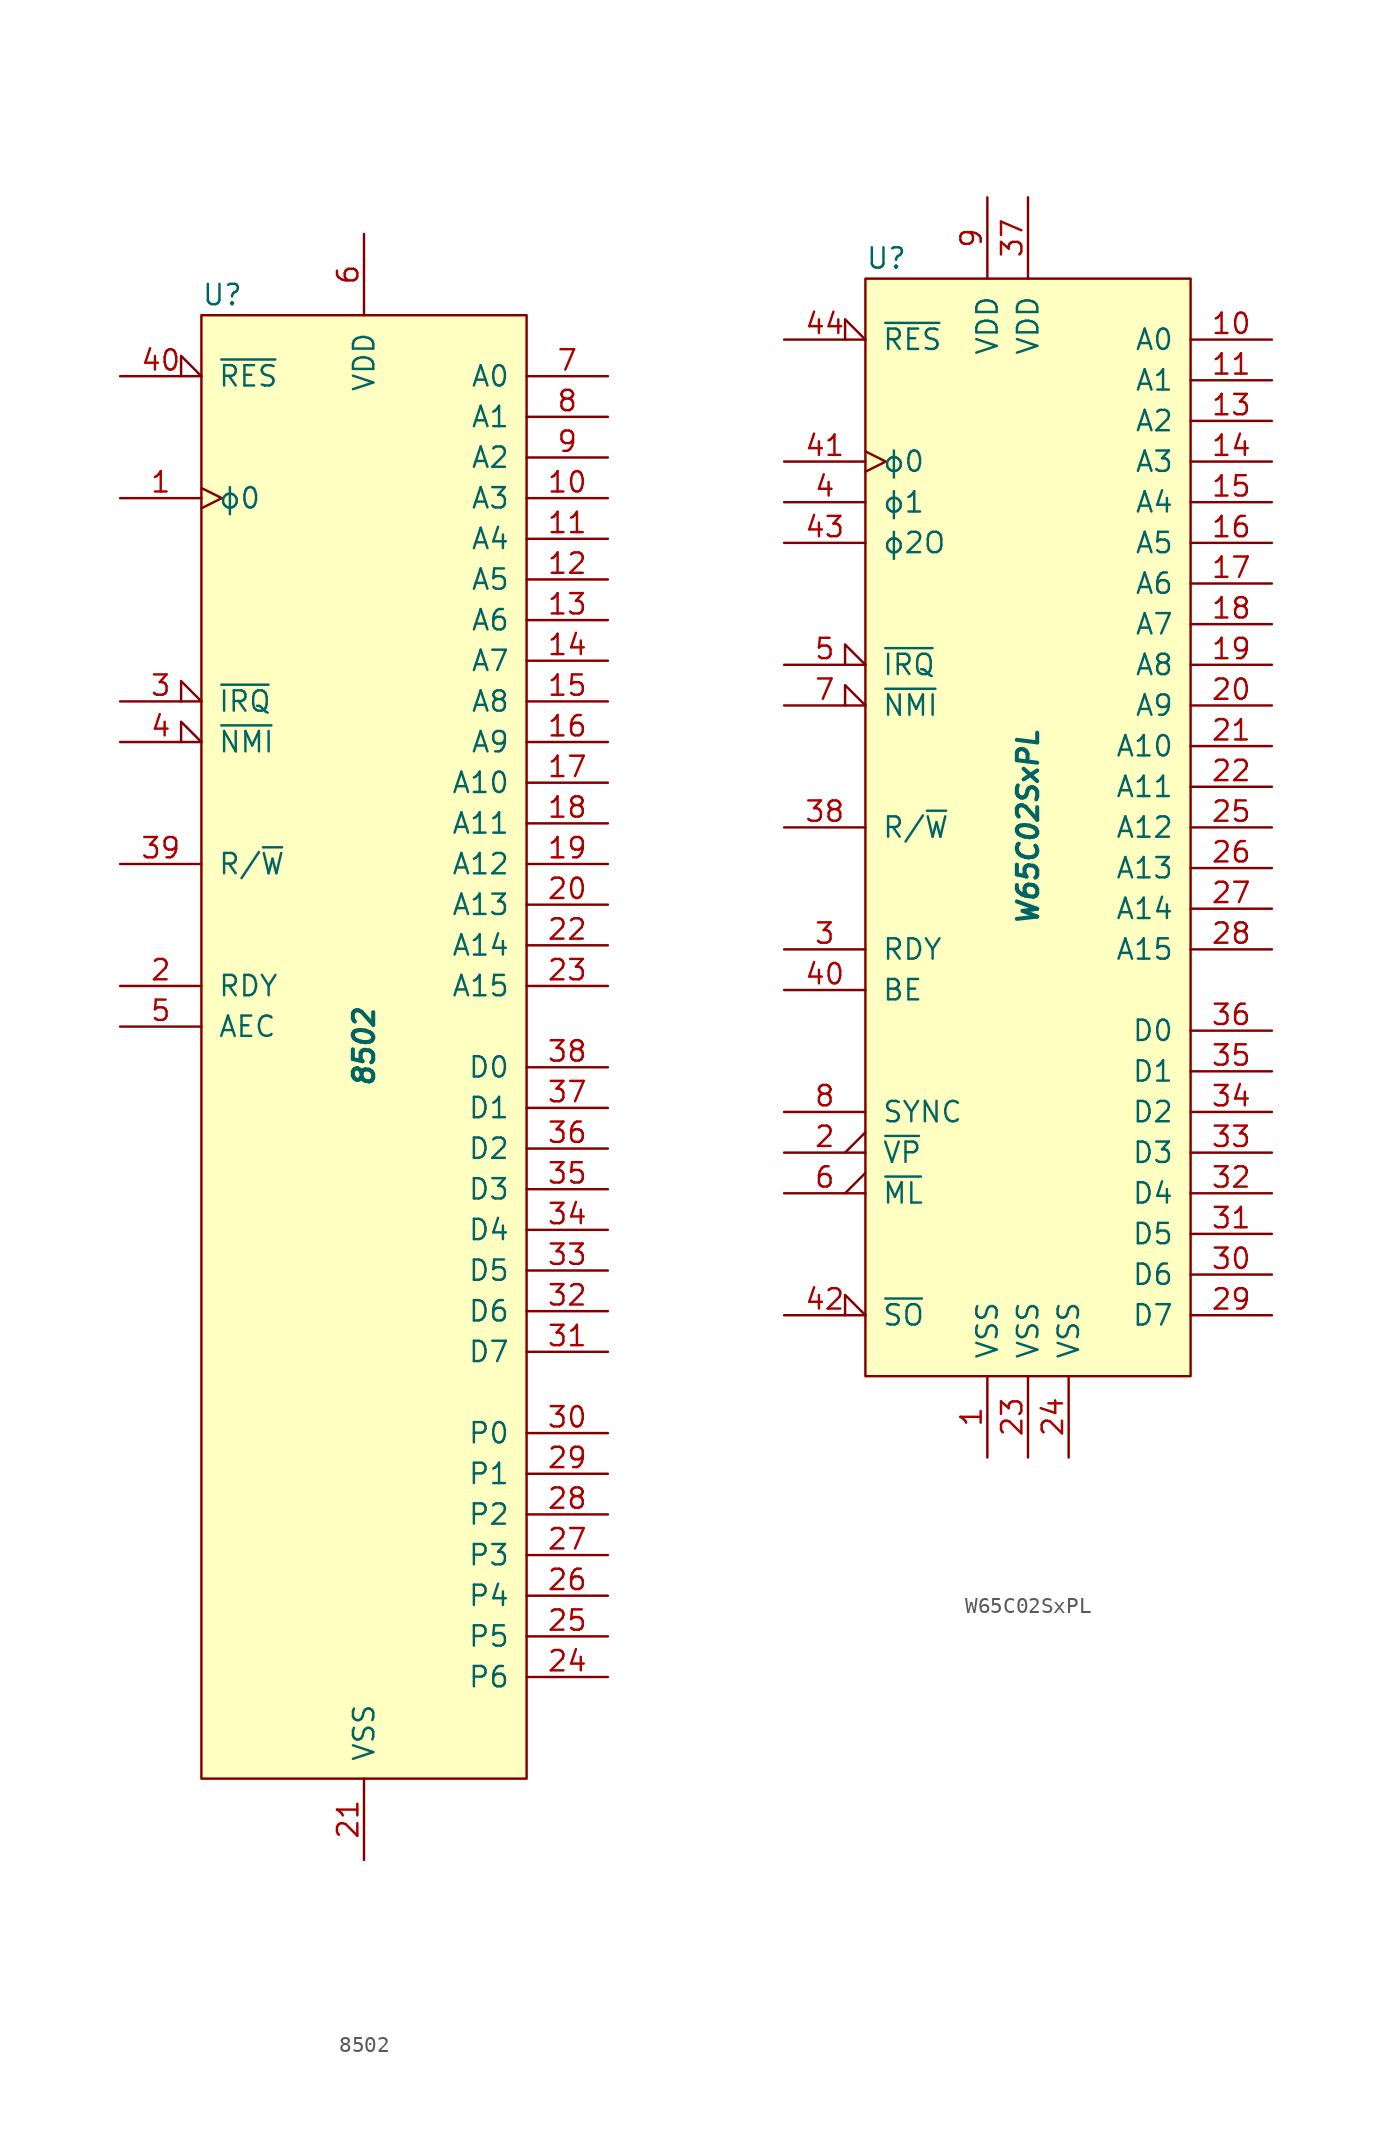
<source format=kicad_sym>
(kicad_symbol_lib
  (version 20201005)
  (generator kicad_symbol_editor)
  (symbol "8502"
    (pin_names
      (offset 1.016))
    (property "Reference" "U"
      (at -10.16 46.99 0)
      (effects (font (size 1.27 1.27)) (justify left)))
    (property "Value" "8502"
      (at 0 0 90)
      (effects (font (size 1.27 1.27) bold italic)))
    (symbol "8502_0_1"
      (rectangle (start -10.16 45.72) (end 10.16 -45.72) (stroke (width 0)) (fill (type background))))
    (symbol "8502_1_1"
      (pin input clock (at -15.24 34.29 0) (length 5.08) (name "ϕ0" (effects (font (size 1.27 1.27)))) (number "1" (effects (font (size 1.27 1.27)))))
      (pin tri_state line (at 15.24 34.29 180) (length 5.08) (name "A3" (effects (font (size 1.27 1.27)))) (number "10" (effects (font (size 1.27 1.27)))))
      (pin tri_state line (at 15.24 31.75 180) (length 5.08) (name "A4" (effects (font (size 1.27 1.27)))) (number "11" (effects (font (size 1.27 1.27)))))
      (pin tri_state line (at 15.24 29.21 180) (length 5.08) (name "A5" (effects (font (size 1.27 1.27)))) (number "12" (effects (font (size 1.27 1.27)))))
      (pin tri_state line (at 15.24 26.67 180) (length 5.08) (name "A6" (effects (font (size 1.27 1.27)))) (number "13" (effects (font (size 1.27 1.27)))))
      (pin tri_state line (at 15.24 24.13 180) (length 5.08) (name "A7" (effects (font (size 1.27 1.27)))) (number "14" (effects (font (size 1.27 1.27)))))
      (pin tri_state line (at 15.24 21.59 180) (length 5.08) (name "A8" (effects (font (size 1.27 1.27)))) (number "15" (effects (font (size 1.27 1.27)))))
      (pin tri_state line (at 15.24 19.05 180) (length 5.08) (name "A9" (effects (font (size 1.27 1.27)))) (number "16" (effects (font (size 1.27 1.27)))))
      (pin tri_state line (at 15.24 16.51 180) (length 5.08) (name "A10" (effects (font (size 1.27 1.27)))) (number "17" (effects (font (size 1.27 1.27)))))
      (pin tri_state line (at 15.24 13.97 180) (length 5.08) (name "A11" (effects (font (size 1.27 1.27)))) (number "18" (effects (font (size 1.27 1.27)))))
      (pin tri_state line (at 15.24 11.43 180) (length 5.08) (name "A12" (effects (font (size 1.27 1.27)))) (number "19" (effects (font (size 1.27 1.27)))))
      (pin input line (at -15.24 3.81 0) (length 5.08) (name "RDY" (effects (font (size 1.27 1.27)))) (number "2" (effects (font (size 1.27 1.27)))))
      (pin tri_state line (at 15.24 8.89 180) (length 5.08) (name "A13" (effects (font (size 1.27 1.27)))) (number "20" (effects (font (size 1.27 1.27)))))
      (pin power_in line (at 0 -50.8 90) (length 5.08) (name "VSS" (effects (font (size 1.27 1.27)))) (number "21" (effects (font (size 1.27 1.27)))))
      (pin tri_state line (at 15.24 6.35 180) (length 5.08) (name "A14" (effects (font (size 1.27 1.27)))) (number "22" (effects (font (size 1.27 1.27)))))
      (pin tri_state line (at 15.24 3.81 180) (length 5.08) (name "A15" (effects (font (size 1.27 1.27)))) (number "23" (effects (font (size 1.27 1.27)))))
      (pin power_in line (at 15.24 -39.37 180) (length 5.08) (name "P6" (effects (font (size 1.27 1.27)))) (number "24" (effects (font (size 1.27 1.27)))))
      (pin bidirectional line (at 15.24 -36.83 180) (length 5.08) (name "P5" (effects (font (size 1.27 1.27)))) (number "25" (effects (font (size 1.27 1.27)))))
      (pin bidirectional line (at 15.24 -34.29 180) (length 5.08) (name "P4" (effects (font (size 1.27 1.27)))) (number "26" (effects (font (size 1.27 1.27)))))
      (pin bidirectional line (at 15.24 -31.75 180) (length 5.08) (name "P3" (effects (font (size 1.27 1.27)))) (number "27" (effects (font (size 1.27 1.27)))))
      (pin bidirectional line (at 15.24 -29.21 180) (length 5.08) (name "P2" (effects (font (size 1.27 1.27)))) (number "28" (effects (font (size 1.27 1.27)))))
      (pin bidirectional line (at 15.24 -26.67 180) (length 5.08) (name "P1" (effects (font (size 1.27 1.27)))) (number "29" (effects (font (size 1.27 1.27)))))
      (pin input input_low (at -15.24 21.59 0) (length 5.08) (name "~IRQ" (effects (font (size 1.27 1.27)))) (number "3" (effects (font (size 1.27 1.27)))))
      (pin bidirectional line (at 15.24 -24.13 180) (length 5.08) (name "P0" (effects (font (size 1.27 1.27)))) (number "30" (effects (font (size 1.27 1.27)))))
      (pin bidirectional line (at 15.24 -19.05 180) (length 5.08) (name "D7" (effects (font (size 1.27 1.27)))) (number "31" (effects (font (size 1.27 1.27)))))
      (pin bidirectional line (at 15.24 -16.51 180) (length 5.08) (name "D6" (effects (font (size 1.27 1.27)))) (number "32" (effects (font (size 1.27 1.27)))))
      (pin bidirectional line (at 15.24 -13.97 180) (length 5.08) (name "D5" (effects (font (size 1.27 1.27)))) (number "33" (effects (font (size 1.27 1.27)))))
      (pin bidirectional line (at 15.24 -11.43 180) (length 5.08) (name "D4" (effects (font (size 1.27 1.27)))) (number "34" (effects (font (size 1.27 1.27)))))
      (pin bidirectional line (at 15.24 -8.89 180) (length 5.08) (name "D3" (effects (font (size 1.27 1.27)))) (number "35" (effects (font (size 1.27 1.27)))))
      (pin bidirectional line (at 15.24 -6.35 180) (length 5.08) (name "D2" (effects (font (size 1.27 1.27)))) (number "36" (effects (font (size 1.27 1.27)))))
      (pin bidirectional line (at 15.24 -3.81 180) (length 5.08) (name "D1" (effects (font (size 1.27 1.27)))) (number "37" (effects (font (size 1.27 1.27)))))
      (pin bidirectional line (at 15.24 -1.27 180) (length 5.08) (name "D0" (effects (font (size 1.27 1.27)))) (number "38" (effects (font (size 1.27 1.27)))))
      (pin tri_state line (at -15.24 11.43 0) (length 5.08) (name "R/~W" (effects (font (size 1.27 1.27)))) (number "39" (effects (font (size 1.27 1.27)))))
      (pin input input_low (at -15.24 19.05 0) (length 5.08) (name "~NMI" (effects (font (size 1.27 1.27)))) (number "4" (effects (font (size 1.27 1.27)))))
      (pin input input_low (at -15.24 41.91 0) (length 5.08) (name "~RES" (effects (font (size 1.27 1.27)))) (number "40" (effects (font (size 1.27 1.27)))))
      (pin input line (at -15.24 1.27 0) (length 5.08) (name "AEC" (effects (font (size 1.27 1.27)))) (number "5" (effects (font (size 1.27 1.27)))))
      (pin power_in line (at 0 50.8 270) (length 5.08) (name "VDD" (effects (font (size 1.27 1.27)))) (number "6" (effects (font (size 1.27 1.27)))))
      (pin tri_state line (at 15.24 41.91 180) (length 5.08) (name "A0" (effects (font (size 1.27 1.27)))) (number "7" (effects (font (size 1.27 1.27)))))
      (pin tri_state line (at 15.24 39.37 180) (length 5.08) (name "A1" (effects (font (size 1.27 1.27)))) (number "8" (effects (font (size 1.27 1.27)))))
      (pin tri_state line (at 15.24 36.83 180) (length 5.08) (name "A2" (effects (font (size 1.27 1.27)))) (number "9" (effects (font (size 1.27 1.27)))))))
  (symbol "W65C02SxPL"
    (pin_names
      (offset 1.016))
    (property "Reference" "U"
      (at -10.16 35.56 0)
      (effects (font (size 1.27 1.27)) (justify left)))
    (property "Value" "W65C02SxPL"
      (at 0 0 90)
      (effects (font (size 1.27 1.27) bold italic)))
    (symbol "W65C02SxPL_0_1"
      (rectangle (start -10.16 34.29) (end 10.16 -34.29) (stroke (width 0)) (fill (type background))))
    (symbol "W65C02SxPL_1_1"
      (pin power_in line (at -2.54 -39.37 90) (length 5.08) (name "VSS" (effects (font (size 1.27 1.27)))) (number "1" (effects (font (size 1.27 1.27)))))
      (pin tri_state line (at 15.24 30.48 180) (length 5.08) (name "A0" (effects (font (size 1.27 1.27)))) (number "10" (effects (font (size 1.27 1.27)))))
      (pin tri_state line (at 15.24 27.94 180) (length 5.08) (name "A1" (effects (font (size 1.27 1.27)))) (number "11" (effects (font (size 1.27 1.27)))))
      (pin unconnected non_logic (at -10.16 -25.4 0) (length 2.54) hide (name "nc" (effects (font (size 1.27 1.27)))) (number "12" (effects (font (size 1.27 1.27)))))
      (pin tri_state line (at 15.24 25.4 180) (length 5.08) (name "A2" (effects (font (size 1.27 1.27)))) (number "13" (effects (font (size 1.27 1.27)))))
      (pin tri_state line (at 15.24 22.86 180) (length 5.08) (name "A3" (effects (font (size 1.27 1.27)))) (number "14" (effects (font (size 1.27 1.27)))))
      (pin tri_state line (at 15.24 20.32 180) (length 5.08) (name "A4" (effects (font (size 1.27 1.27)))) (number "15" (effects (font (size 1.27 1.27)))))
      (pin tri_state line (at 15.24 17.78 180) (length 5.08) (name "A5" (effects (font (size 1.27 1.27)))) (number "16" (effects (font (size 1.27 1.27)))))
      (pin tri_state line (at 15.24 15.24 180) (length 5.08) (name "A6" (effects (font (size 1.27 1.27)))) (number "17" (effects (font (size 1.27 1.27)))))
      (pin tri_state line (at 15.24 12.7 180) (length 5.08) (name "A7" (effects (font (size 1.27 1.27)))) (number "18" (effects (font (size 1.27 1.27)))))
      (pin tri_state line (at 15.24 10.16 180) (length 5.08) (name "A8" (effects (font (size 1.27 1.27)))) (number "19" (effects (font (size 1.27 1.27)))))
      (pin output output_low (at -15.24 -20.32 0) (length 5.08) (name "~VP" (effects (font (size 1.27 1.27)))) (number "2" (effects (font (size 1.27 1.27)))))
      (pin tri_state line (at 15.24 7.62 180) (length 5.08) (name "A9" (effects (font (size 1.27 1.27)))) (number "20" (effects (font (size 1.27 1.27)))))
      (pin tri_state line (at 15.24 5.08 180) (length 5.08) (name "A10" (effects (font (size 1.27 1.27)))) (number "21" (effects (font (size 1.27 1.27)))))
      (pin tri_state line (at 15.24 2.54 180) (length 5.08) (name "A11" (effects (font (size 1.27 1.27)))) (number "22" (effects (font (size 1.27 1.27)))))
      (pin power_in line (at 0 -39.37 90) (length 5.08) (name "VSS" (effects (font (size 1.27 1.27)))) (number "23" (effects (font (size 1.27 1.27)))))
      (pin power_in line (at 2.54 -39.37 90) (length 5.08) (name "VSS" (effects (font (size 1.27 1.27)))) (number "24" (effects (font (size 1.27 1.27)))))
      (pin tri_state line (at 15.24 0 180) (length 5.08) (name "A12" (effects (font (size 1.27 1.27)))) (number "25" (effects (font (size 1.27 1.27)))))
      (pin tri_state line (at 15.24 -2.54 180) (length 5.08) (name "A13" (effects (font (size 1.27 1.27)))) (number "26" (effects (font (size 1.27 1.27)))))
      (pin tri_state line (at 15.24 -5.08 180) (length 5.08) (name "A14" (effects (font (size 1.27 1.27)))) (number "27" (effects (font (size 1.27 1.27)))))
      (pin tri_state line (at 15.24 -7.62 180) (length 5.08) (name "A15" (effects (font (size 1.27 1.27)))) (number "28" (effects (font (size 1.27 1.27)))))
      (pin bidirectional line (at 15.24 -30.48 180) (length 5.08) (name "D7" (effects (font (size 1.27 1.27)))) (number "29" (effects (font (size 1.27 1.27)))))
      (pin open_collector line (at -15.24 -7.62 0) (length 5.08) (name "RDY" (effects (font (size 1.27 1.27)))) (number "3" (effects (font (size 1.27 1.27)))))
      (pin bidirectional line (at 15.24 -27.94 180) (length 5.08) (name "D6" (effects (font (size 1.27 1.27)))) (number "30" (effects (font (size 1.27 1.27)))))
      (pin bidirectional line (at 15.24 -25.4 180) (length 5.08) (name "D5" (effects (font (size 1.27 1.27)))) (number "31" (effects (font (size 1.27 1.27)))))
      (pin bidirectional line (at 15.24 -22.86 180) (length 5.08) (name "D4" (effects (font (size 1.27 1.27)))) (number "32" (effects (font (size 1.27 1.27)))))
      (pin bidirectional line (at 15.24 -20.32 180) (length 5.08) (name "D3" (effects (font (size 1.27 1.27)))) (number "33" (effects (font (size 1.27 1.27)))))
      (pin bidirectional line (at 15.24 -17.78 180) (length 5.08) (name "D2" (effects (font (size 1.27 1.27)))) (number "34" (effects (font (size 1.27 1.27)))))
      (pin bidirectional line (at 15.24 -15.24 180) (length 5.08) (name "D1" (effects (font (size 1.27 1.27)))) (number "35" (effects (font (size 1.27 1.27)))))
      (pin bidirectional line (at 15.24 -12.7 180) (length 5.08) (name "D0" (effects (font (size 1.27 1.27)))) (number "36" (effects (font (size 1.27 1.27)))))
      (pin power_in line (at 0 39.37 270) (length 5.08) (name "VDD" (effects (font (size 1.27 1.27)))) (number "37" (effects (font (size 1.27 1.27)))))
      (pin tri_state line (at -15.24 0 0) (length 5.08) (name "R/~W" (effects (font (size 1.27 1.27)))) (number "38" (effects (font (size 1.27 1.27)))))
      (pin unconnected non_logic (at -10.16 -27.94 0) (length 2.54) hide (name "nc" (effects (font (size 1.27 1.27)))) (number "39" (effects (font (size 1.27 1.27)))))
      (pin output line (at -15.24 20.32 0) (length 5.08) (name "ϕ1" (effects (font (size 1.27 1.27)))) (number "4" (effects (font (size 1.27 1.27)))))
      (pin input line (at -15.24 -10.16 0) (length 5.08) (name "BE" (effects (font (size 1.27 1.27)))) (number "40" (effects (font (size 1.27 1.27)))))
      (pin input clock (at -15.24 22.86 0) (length 5.08) (name "ϕ0" (effects (font (size 1.27 1.27)))) (number "41" (effects (font (size 1.27 1.27)))))
      (pin input input_low (at -15.24 -30.48 0) (length 5.08) (name "~SO" (effects (font (size 1.27 1.27)))) (number "42" (effects (font (size 1.27 1.27)))))
      (pin output line (at -15.24 17.78 0) (length 5.08) (name "ϕ2O" (effects (font (size 1.27 1.27)))) (number "43" (effects (font (size 1.27 1.27)))))
      (pin input input_low (at -15.24 30.48 0) (length 5.08) (name "~RES" (effects (font (size 1.27 1.27)))) (number "44" (effects (font (size 1.27 1.27)))))
      (pin input input_low (at -15.24 10.16 0) (length 5.08) (name "~IRQ" (effects (font (size 1.27 1.27)))) (number "5" (effects (font (size 1.27 1.27)))))
      (pin output output_low (at -15.24 -22.86 0) (length 5.08) (name "~ML" (effects (font (size 1.27 1.27)))) (number "6" (effects (font (size 1.27 1.27)))))
      (pin input input_low (at -15.24 7.62 0) (length 5.08) (name "~NMI" (effects (font (size 1.27 1.27)))) (number "7" (effects (font (size 1.27 1.27)))))
      (pin output line (at -15.24 -17.78 0) (length 5.08) (name "SYNC" (effects (font (size 1.27 1.27)))) (number "8" (effects (font (size 1.27 1.27)))))
      (pin power_in line (at -2.54 39.37 270) (length 5.08) (name "VDD" (effects (font (size 1.27 1.27)))) (number "9" (effects (font (size 1.27 1.27))))))))
</source>
